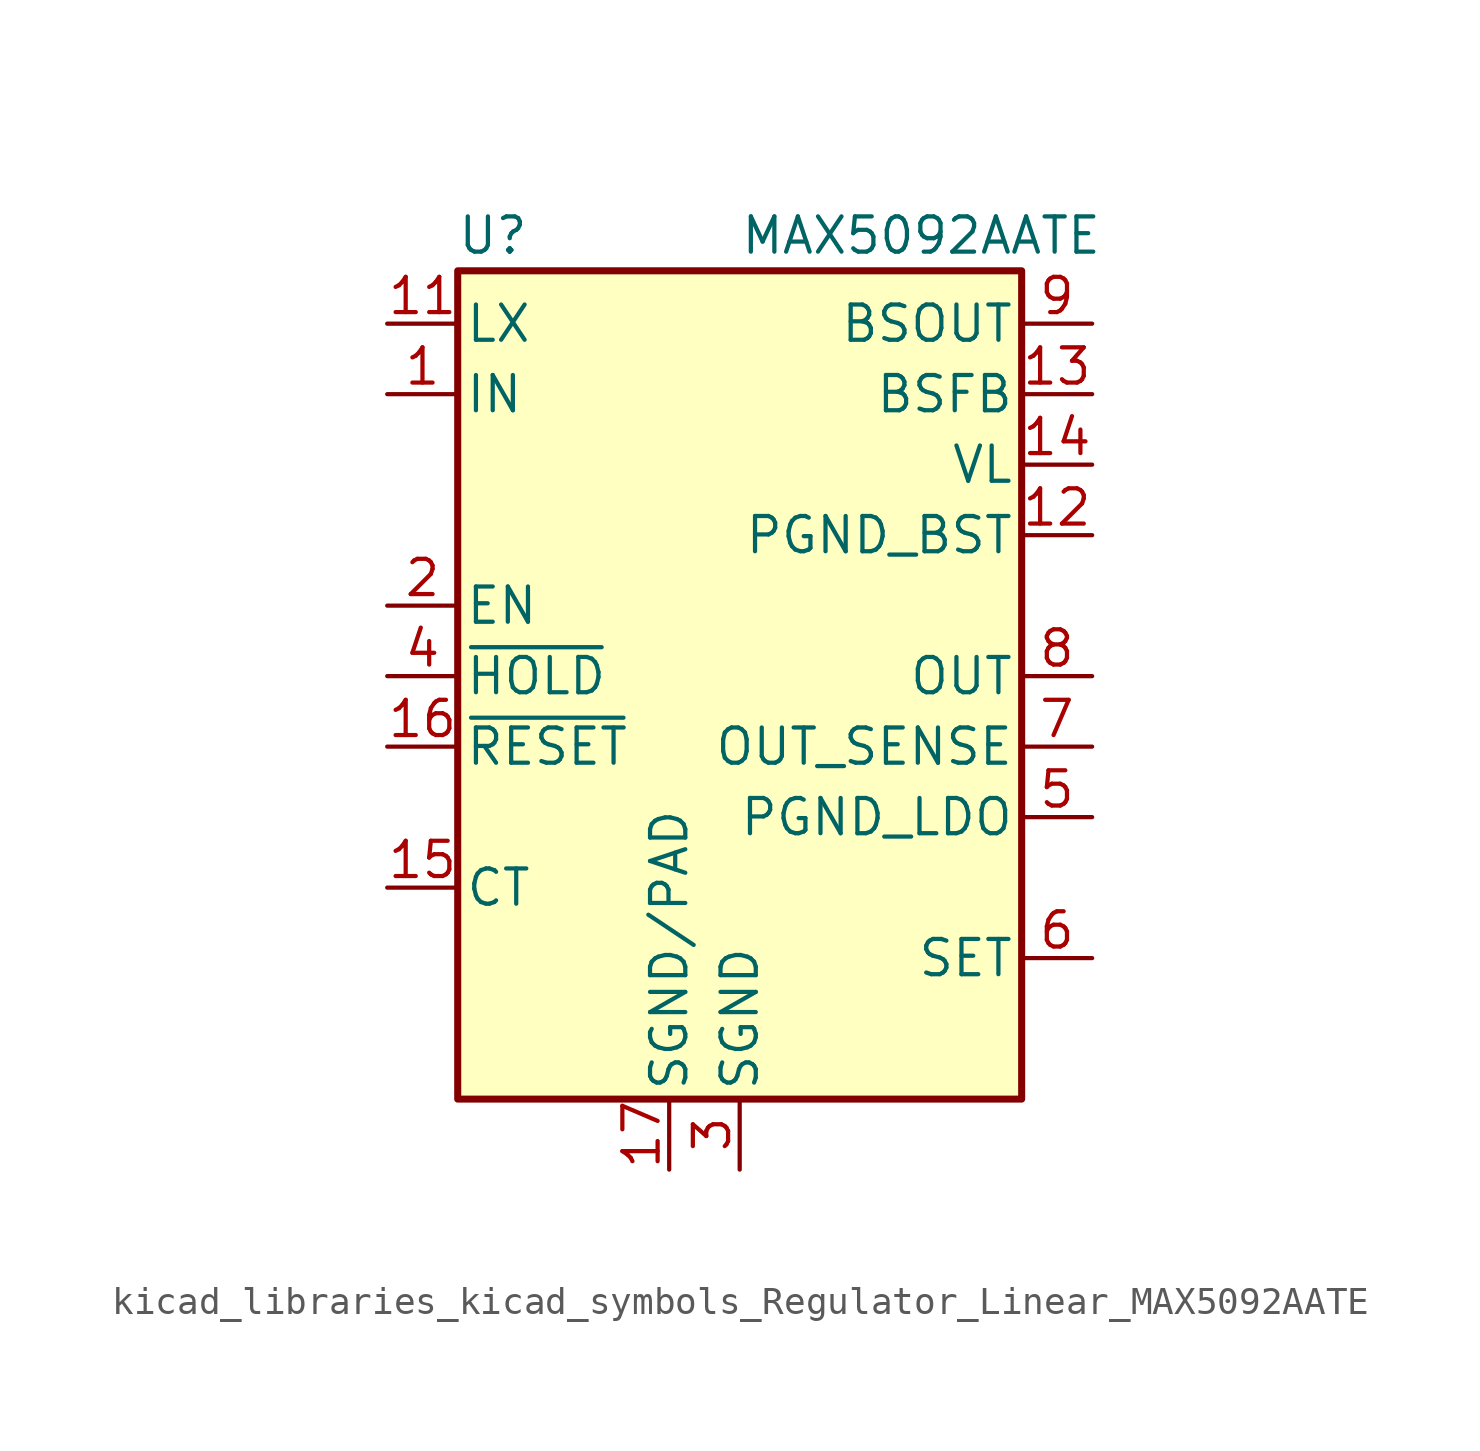
<source format=kicad_sym>
(kicad_symbol_lib
  (version 20220914)
  (generator kicad_symbol_editor)
  (symbol "kicad_libraries_kicad_symbols_Regulator_Linear_MAX5092AATE"
    (pin_names
      (offset 0.254))
    (property "Reference" "U"
      (at -8.89 15.875 0)
      (effects (font (size 1.27 1.27))))
    (property "Value" "MAX5092AATE"
      (at 0 15.875 0)
      (effects (font (size 1.27 1.27)) (justify left)))
    (symbol "kicad_libraries_kicad_symbols_Regulator_Linear_MAX5092AATE_0_1"
      (rectangle (start -10.16 14.605) (end 10.16 -15.24) (stroke (width 0.254) (type default)) (fill (type background))))
    (symbol "kicad_libraries_kicad_symbols_Regulator_Linear_MAX5092AATE_1_1"
      (pin power_in line (at -12.7 10.16 0) (length 2.54) (name "IN" (effects (font (size 1.27 1.27)))) (number "1" (effects (font (size 1.27 1.27)))))
      (pin passive line (at -12.7 12.7 0) (length 2.54) hide (name "LX" (effects (font (size 1.27 1.27)))) (number "10" (effects (font (size 1.27 1.27)))))
      (pin passive line (at -12.7 12.7 0) (length 2.54) (name "LX" (effects (font (size 1.27 1.27)))) (number "11" (effects (font (size 1.27 1.27)))))
      (pin power_in line (at 12.7 5.08 180) (length 2.54) (name "PGND_BST" (effects (font (size 1.27 1.27)))) (number "12" (effects (font (size 1.27 1.27)))))
      (pin input line (at 12.7 10.16 180) (length 2.54) (name "BSFB" (effects (font (size 1.27 1.27)))) (number "13" (effects (font (size 1.27 1.27)))))
      (pin passive line (at 12.7 7.62 180) (length 2.54) (name "VL" (effects (font (size 1.27 1.27)))) (number "14" (effects (font (size 1.27 1.27)))))
      (pin passive line (at -12.7 -7.62 0) (length 2.54) (name "CT" (effects (font (size 1.27 1.27)))) (number "15" (effects (font (size 1.27 1.27)))))
      (pin open_collector line (at -12.7 -2.54 0) (length 2.54) (name "~{RESET}" (effects (font (size 1.27 1.27)))) (number "16" (effects (font (size 1.27 1.27)))))
      (pin power_in line (at -2.54 -17.78 90) (length 2.54) (name "SGND/PAD" (effects (font (size 1.27 1.27)))) (number "17" (effects (font (size 1.27 1.27)))))
      (pin input line (at -12.7 2.54 0) (length 2.54) (name "EN" (effects (font (size 1.27 1.27)))) (number "2" (effects (font (size 1.27 1.27)))))
      (pin power_in line (at 0 -17.78 90) (length 2.54) (name "SGND" (effects (font (size 1.27 1.27)))) (number "3" (effects (font (size 1.27 1.27)))))
      (pin input line (at -12.7 0 0) (length 2.54) (name "~{HOLD}" (effects (font (size 1.27 1.27)))) (number "4" (effects (font (size 1.27 1.27)))))
      (pin power_in line (at 12.7 -5.08 180) (length 2.54) (name "PGND_LDO" (effects (font (size 1.27 1.27)))) (number "5" (effects (font (size 1.27 1.27)))))
      (pin input line (at 12.7 -10.16 180) (length 2.54) (name "SET" (effects (font (size 1.27 1.27)))) (number "6" (effects (font (size 1.27 1.27)))))
      (pin input line (at 12.7 -2.54 180) (length 2.54) (name "OUT_SENSE" (effects (font (size 1.27 1.27)))) (number "7" (effects (font (size 1.27 1.27)))))
      (pin power_out line (at 12.7 0 180) (length 2.54) (name "OUT" (effects (font (size 1.27 1.27)))) (number "8" (effects (font (size 1.27 1.27)))))
      (pin power_out line (at 12.7 12.7 180) (length 2.54) (name "BSOUT" (effects (font (size 1.27 1.27)))) (number "9" (effects (font (size 1.27 1.27))))))))
</source>
